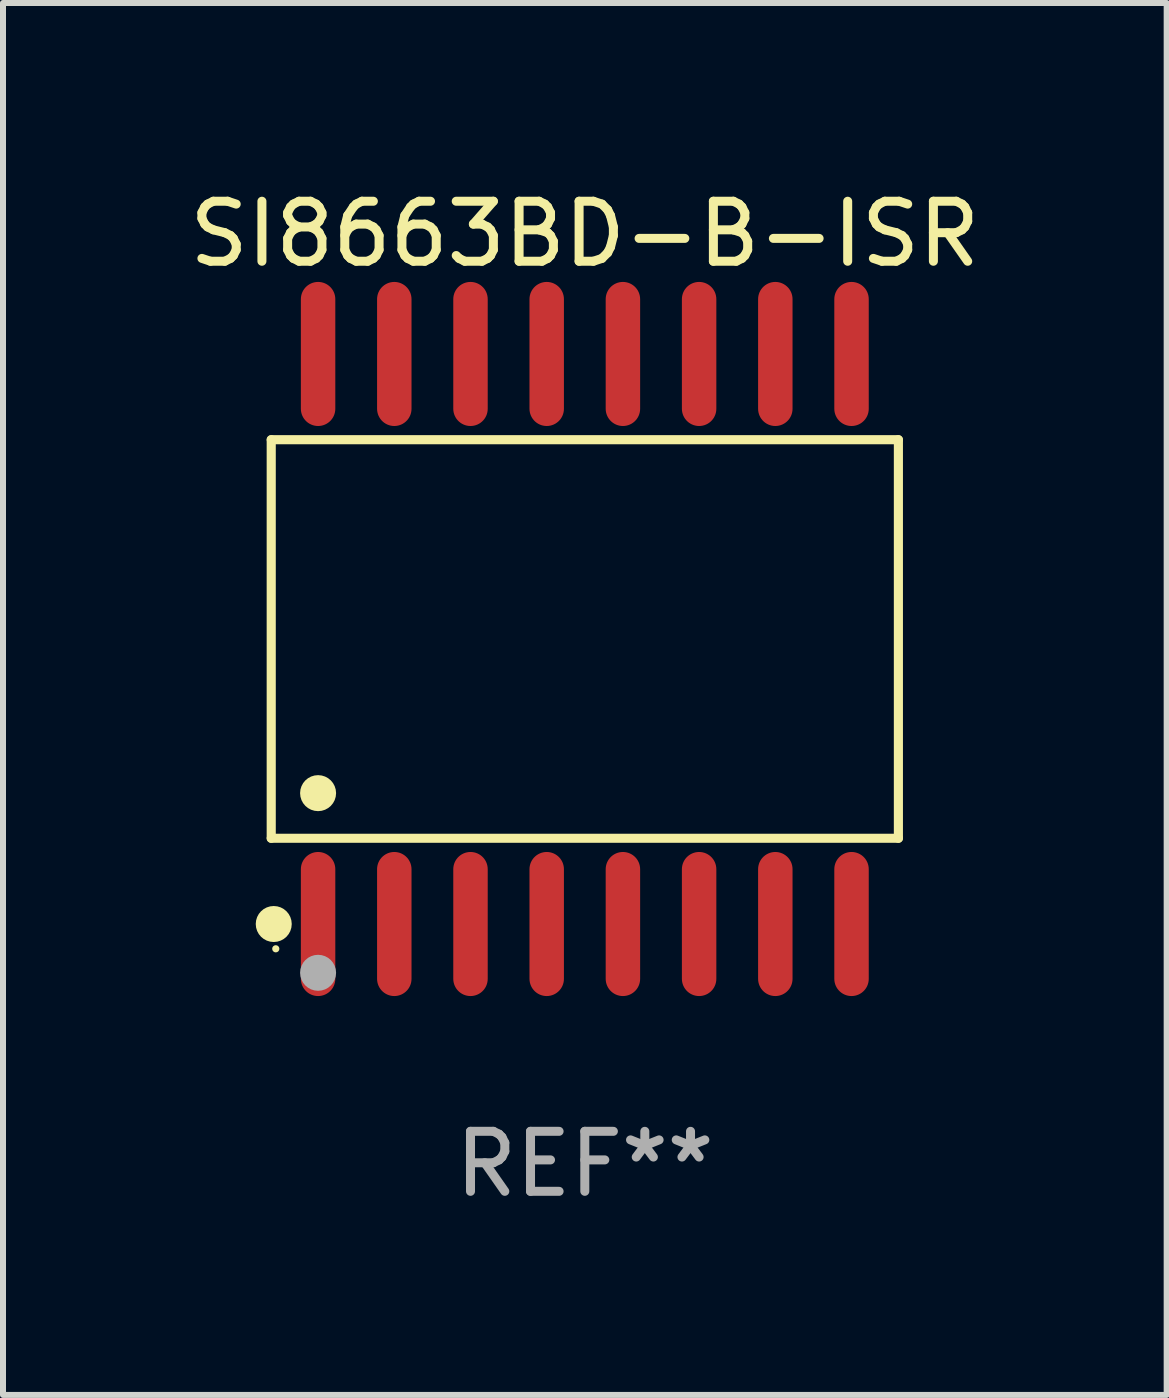
<source format=kicad_pcb>
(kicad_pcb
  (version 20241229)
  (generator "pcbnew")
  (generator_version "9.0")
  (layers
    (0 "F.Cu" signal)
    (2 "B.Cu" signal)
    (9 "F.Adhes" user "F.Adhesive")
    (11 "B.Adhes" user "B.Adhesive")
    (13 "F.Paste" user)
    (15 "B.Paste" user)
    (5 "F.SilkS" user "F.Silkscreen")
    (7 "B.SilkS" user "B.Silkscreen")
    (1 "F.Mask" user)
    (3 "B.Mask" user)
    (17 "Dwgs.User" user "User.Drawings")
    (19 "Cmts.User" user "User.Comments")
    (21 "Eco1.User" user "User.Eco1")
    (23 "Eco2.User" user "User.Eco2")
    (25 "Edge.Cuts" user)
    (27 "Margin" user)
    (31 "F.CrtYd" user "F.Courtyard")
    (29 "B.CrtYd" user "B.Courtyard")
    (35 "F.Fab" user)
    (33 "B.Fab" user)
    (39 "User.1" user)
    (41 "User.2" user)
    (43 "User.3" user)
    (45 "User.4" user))
  (footprint "SI8663BD-B-ISR"
    (layer "F.Cu")
    (at 6.696 7.599)
    (property "Reference" "SI8663BD-B-ISR" (at 0 -6.75 0) (layer "F.SilkS") (effects (font (size 1 1) (thickness 0.15))))
    (attr through_hole)
    (fp_line (start -5.226 -3.321) (end 5.226 -3.321) (stroke (width 0.152) (type solid)) (layer "F.SilkS"))
    (fp_line (start -5.226 3.321) (end -5.226 -3.321) (stroke (width 0.152) (type solid)) (layer "F.SilkS"))
    (fp_line (start 5.226 -3.321) (end 5.226 3.321) (stroke (width 0.152) (type solid)) (layer "F.SilkS"))
    (fp_line (start 5.226 3.321) (end -5.226 3.321) (stroke (width 0.152) (type solid)) (layer "F.SilkS"))
    (fp_circle (center -5.184 4.75) (end -5.034 4.75) (stroke (width 0.3) (type solid)) (fill no) (layer "F.SilkS"))
    (fp_circle (center -5.15 5.163) (end -5.12 5.163) (stroke (width 0.06) (type solid)) (fill no) (layer "F.SilkS"))
    (fp_circle (center -4.445 2.569) (end -4.295 2.569) (stroke (width 0.3) (type solid)) (fill no) (layer "F.SilkS"))
    (fp_circle (center -4.445 5.563) (end -4.295 5.563) (stroke (width 0.3) (type solid)) (fill no) (layer "F.Fab"))
    (fp_text user "REF**" (at 0 8.75 0) (layer "F.Fab") (effects (font (size 1 1) (thickness 0.15))))
    (pad "1" smd oval (at -4.445 4.75) (size 0.574 2.401) (layers "F.Cu" "F.Mask" "F.Paste"))
    (pad "2" smd oval (at -3.175 4.75) (size 0.574 2.401) (layers "F.Cu" "F.Mask" "F.Paste"))
    (pad "3" smd oval (at -1.905 4.75) (size 0.574 2.401) (layers "F.Cu" "F.Mask" "F.Paste"))
    (pad "4" smd oval (at -0.635 4.75) (size 0.574 2.401) (layers "F.Cu" "F.Mask" "F.Paste"))
    (pad "5" smd oval (at 0.635 4.75) (size 0.574 2.401) (layers "F.Cu" "F.Mask" "F.Paste"))
    (pad "6" smd oval (at 1.905 4.75) (size 0.574 2.401) (layers "F.Cu" "F.Mask" "F.Paste"))
    (pad "7" smd oval (at 3.175 4.75) (size 0.574 2.401) (layers "F.Cu" "F.Mask" "F.Paste"))
    (pad "8" smd oval (at 4.445 4.75) (size 0.574 2.401) (layers "F.Cu" "F.Mask" "F.Paste"))
    (pad "9" smd oval (at 4.445 -4.75) (size 0.574 2.401) (layers "F.Cu" "F.Mask" "F.Paste"))
    (pad "10" smd oval (at 3.175 -4.75) (size 0.574 2.401) (layers "F.Cu" "F.Mask" "F.Paste"))
    (pad "11" smd oval (at 1.905 -4.75) (size 0.574 2.401) (layers "F.Cu" "F.Mask" "F.Paste"))
    (pad "12" smd oval (at 0.635 -4.75) (size 0.574 2.401) (layers "F.Cu" "F.Mask" "F.Paste"))
    (pad "13" smd oval (at -0.635 -4.75) (size 0.574 2.401) (layers "F.Cu" "F.Mask" "F.Paste"))
    (pad "14" smd oval (at -1.905 -4.75) (size 0.574 2.401) (layers "F.Cu" "F.Mask" "F.Paste"))
    (pad "15" smd oval (at -3.175 -4.75) (size 0.574 2.401) (layers "F.Cu" "F.Mask" "F.Paste"))
    (pad "16" smd oval (at -4.445 -4.75) (size 0.574 2.401) (layers "F.Cu" "F.Mask" "F.Paste")))
  (gr_rect
    (start -3 -3)
    (end 16.393 20.197)
    (stroke (width 0.1) (type default))
    (fill no)
    (layer "Edge.Cuts")))
</source>
